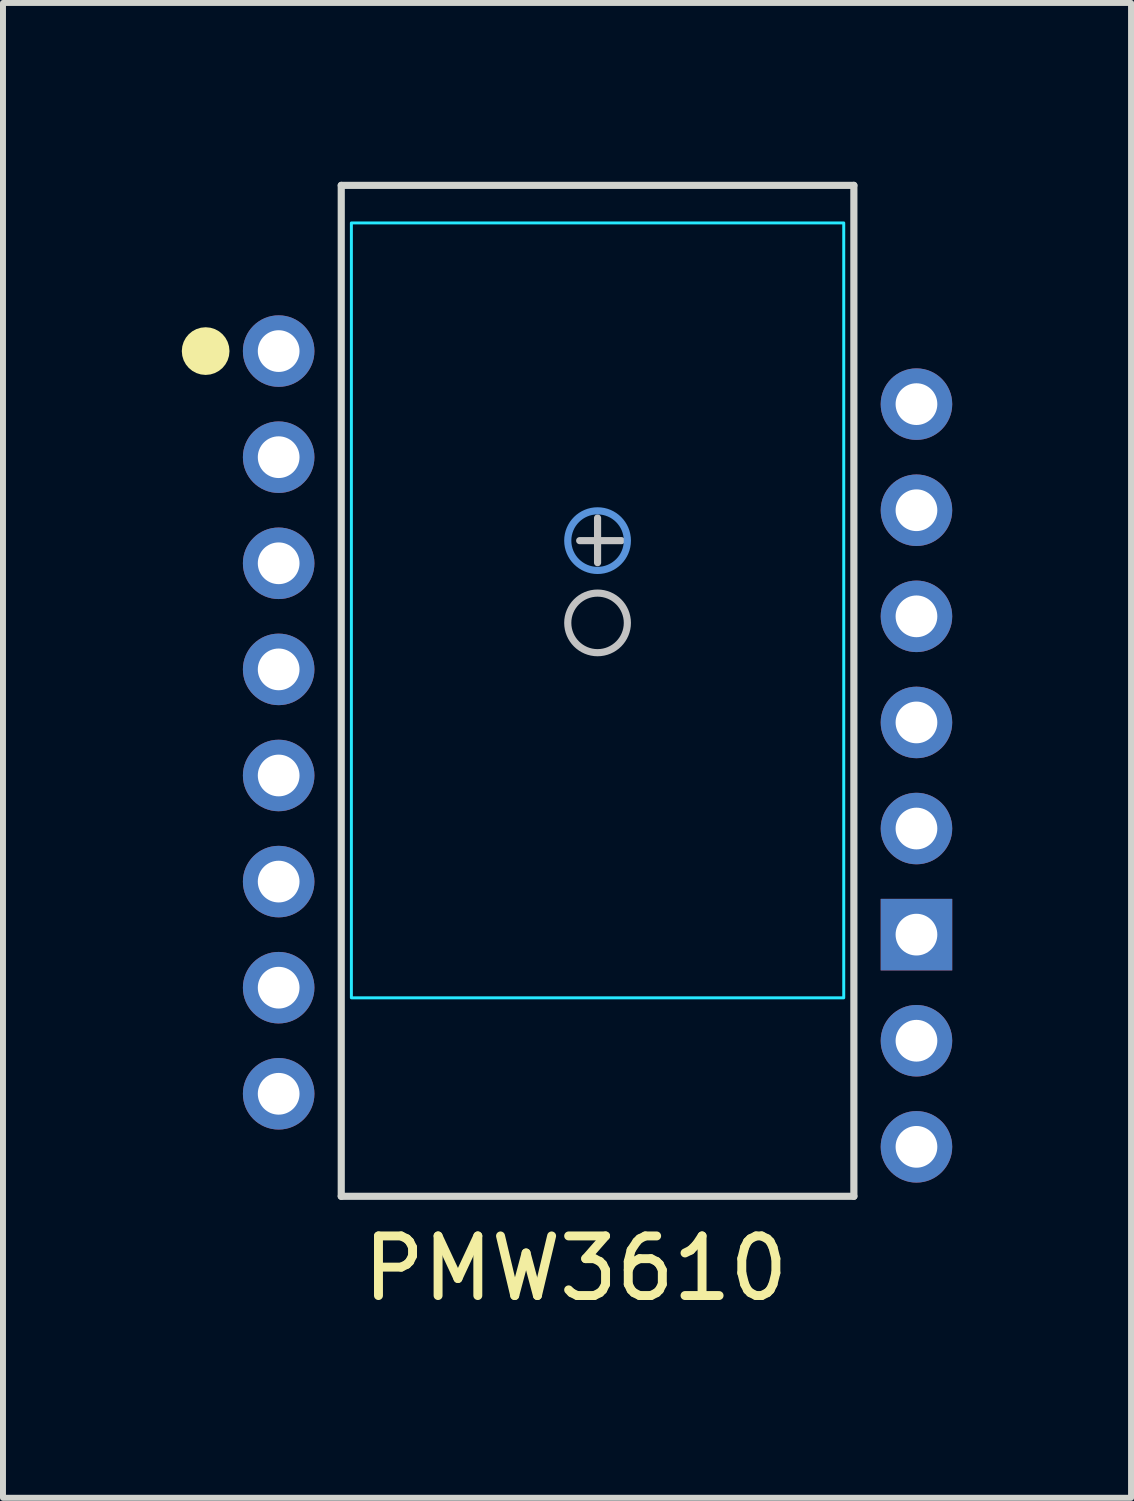
<source format=kicad_pcb>
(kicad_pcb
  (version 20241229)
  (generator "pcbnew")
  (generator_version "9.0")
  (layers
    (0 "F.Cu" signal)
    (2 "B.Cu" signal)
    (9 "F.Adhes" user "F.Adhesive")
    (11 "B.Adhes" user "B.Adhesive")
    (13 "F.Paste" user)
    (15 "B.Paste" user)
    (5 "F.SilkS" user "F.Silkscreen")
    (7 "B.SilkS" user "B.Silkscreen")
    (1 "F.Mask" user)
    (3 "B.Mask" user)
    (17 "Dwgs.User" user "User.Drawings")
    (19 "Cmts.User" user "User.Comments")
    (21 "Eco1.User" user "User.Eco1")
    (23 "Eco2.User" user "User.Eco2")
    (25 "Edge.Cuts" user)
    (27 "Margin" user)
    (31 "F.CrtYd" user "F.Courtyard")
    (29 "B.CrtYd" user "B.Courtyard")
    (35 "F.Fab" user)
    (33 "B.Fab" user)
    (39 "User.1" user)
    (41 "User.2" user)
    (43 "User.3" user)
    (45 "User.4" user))
  (footprint "PMW3610"
    (layer "F.Cu")
    (at 1.625 2.84)
    (property "Reference" "PMW3610" (at 4.984 15.39 180) (layer "F.SilkS") (effects (font (size 1 1) (thickness 0.15))))
    (attr through_hole)
    (fp_circle (center -1.225 0) (end -1.025 0) (stroke (width 0.4) (type solid)) (fill no) (layer "F.SilkS"))
    (fp_line (start 5.05 3.18) (end 5.75 3.18) (stroke (width 0.12) (type solid)) (layer "Dwgs.User"))
    (fp_line (start 5.35 2.8) (end 5.35 3.55) (stroke (width 0.12) (type solid)) (layer "Dwgs.User"))
    (fp_circle (center 5.35 4.56) (end 5.85 4.56) (stroke (width 0.12) (type solid)) (fill no) (layer "Dwgs.User"))
    (fp_circle (center 5.35 3.18) (end 5.85 3.18) (stroke (width 0.12) (type solid)) (fill no) (layer "Cmts.User"))
    (fp_line (start 1.05 -2.78) (end 1.05 14.18) (stroke (width 0.12) (type solid)) (layer "Edge.Cuts"))
    (fp_line (start 1.05 -2.78) (end 9.65 -2.78) (stroke (width 0.12) (type solid)) (layer "Edge.Cuts"))
    (fp_line (start 1.05 14.18) (end 9.65 14.18) (stroke (width 0.12) (type solid)) (layer "Edge.Cuts"))
    (fp_line (start 9.65 -2.78) (end 9.65 14.18) (stroke (width 0.12) (type solid)) (layer "Edge.Cuts"))
    (fp_rect (start 1.22 -2.15) (end 9.48 10.85) (stroke (width 0.05) (type solid)) (fill no) (layer "B.CrtYd"))
    (pad "1" thru_hole circle (at 0 0) (size 1.2 1.2) (drill 0.7) (layers "*.Cu" "*.Mask"))
    (pad "2" thru_hole circle (at 0 1.78) (size 1.2 1.2) (drill 0.7) (layers "*.Cu" "*.Mask"))
    (pad "3" thru_hole circle (at 0 3.56) (size 1.2 1.2) (drill 0.7) (layers "*.Cu" "*.Mask"))
    (pad "4" thru_hole circle (at 0 5.34) (size 1.2 1.2) (drill 0.7) (layers "*.Cu" "*.Mask"))
    (pad "5" thru_hole circle (at 0 7.12) (size 1.2 1.2) (drill 0.7) (layers "*.Cu" "*.Mask"))
    (pad "6" thru_hole circle (at 0 8.9) (size 1.2 1.2) (drill 0.7) (layers "*.Cu" "*.Mask"))
    (pad "7" thru_hole circle (at 0 10.68) (size 1.2 1.2) (drill 0.7) (layers "*.Cu" "*.Mask"))
    (pad "8" thru_hole circle (at 0 12.46) (size 1.2 1.2) (drill 0.7) (layers "*.Cu" "*.Mask"))
    (pad "9" thru_hole circle (at 10.7 13.35) (size 1.2 1.2) (drill 0.7) (layers "*.Cu" "*.Mask"))
    (pad "10" thru_hole circle (at 10.7 11.57) (size 1.2 1.2) (drill 0.7) (layers "*.Cu" "*.Mask"))
    (pad "11" thru_hole rect (at 10.7 9.79) (size 1.2 1.2) (drill 0.7) (layers "*.Cu" "*.Mask"))
    (pad "12" thru_hole circle (at 10.7 8.01) (size 1.2 1.2) (drill 0.7) (layers "*.Cu" "*.Mask"))
    (pad "13" thru_hole circle (at 10.7 6.23) (size 1.2 1.2) (drill 0.7) (layers "*.Cu" "*.Mask"))
    (pad "14" thru_hole circle (at 10.7 4.45) (size 1.2 1.2) (drill 0.7) (layers "*.Cu" "*.Mask"))
    (pad "15" thru_hole circle (at 10.7 2.67) (size 1.2 1.2) (drill 0.7) (layers "*.Cu" "*.Mask"))
    (pad "16" thru_hole circle (at 10.7 0.89) (size 1.2 1.2) (drill 0.7) (layers "*.Cu" "*.Mask")))
  (gr_rect
    (start -3 -3)
    (end 15.925 22.078)
    (stroke (width 0.1) (type default))
    (fill no)
    (layer "Edge.Cuts")))
</source>
